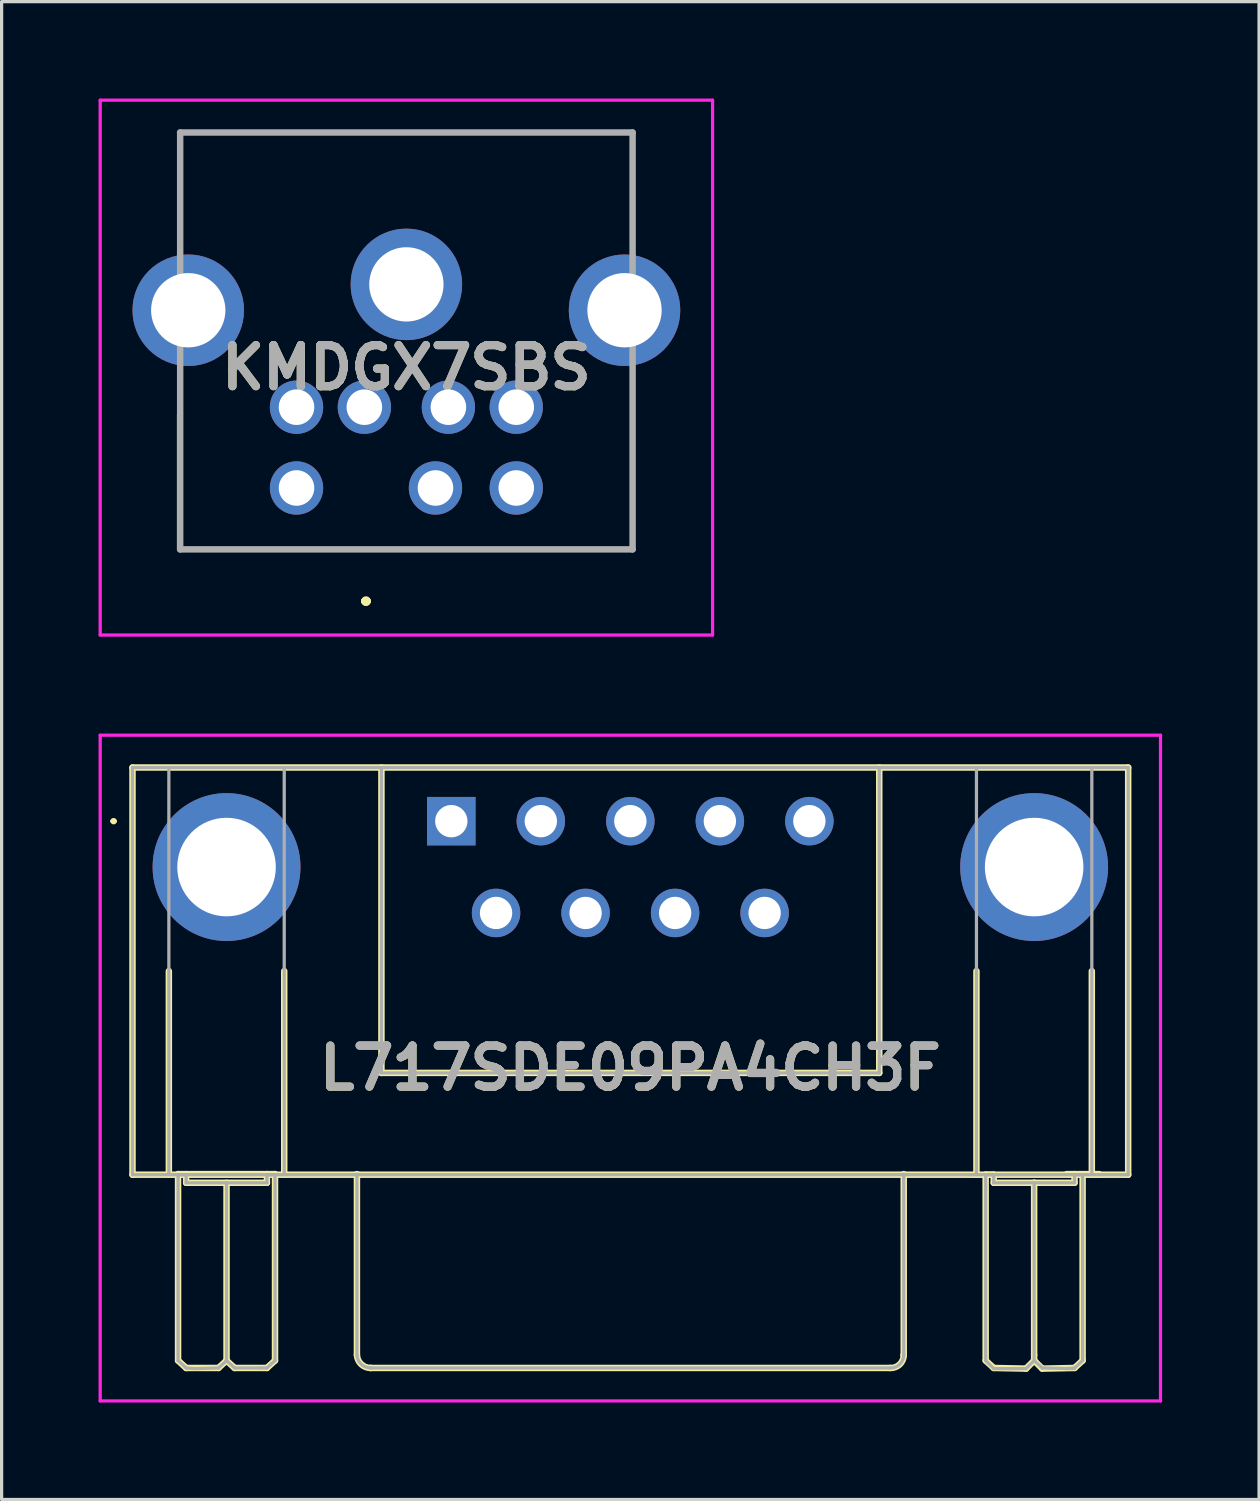
<source format=kicad_pcb>
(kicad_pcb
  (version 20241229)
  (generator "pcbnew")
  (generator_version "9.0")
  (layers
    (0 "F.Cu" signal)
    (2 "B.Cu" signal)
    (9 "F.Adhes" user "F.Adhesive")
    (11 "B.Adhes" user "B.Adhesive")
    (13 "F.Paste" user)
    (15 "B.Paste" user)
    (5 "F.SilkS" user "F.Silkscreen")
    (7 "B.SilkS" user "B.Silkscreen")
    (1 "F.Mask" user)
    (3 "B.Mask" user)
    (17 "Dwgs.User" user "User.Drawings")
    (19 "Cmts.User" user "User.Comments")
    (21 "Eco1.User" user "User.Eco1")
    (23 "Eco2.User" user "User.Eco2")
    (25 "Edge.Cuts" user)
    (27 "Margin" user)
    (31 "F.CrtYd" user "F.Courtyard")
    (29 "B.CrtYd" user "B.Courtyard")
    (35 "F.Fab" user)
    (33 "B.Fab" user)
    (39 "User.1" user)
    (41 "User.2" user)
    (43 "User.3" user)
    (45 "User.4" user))
  (footprint "L717SDE09PA4CH3F"
    (layer "F.Cu")
    (at 10.915 22.36)
    (property "Reference" "L717SDE09PA4CH3F" (at 5.54 7.64 0) (layer "F.SilkS") (effects (font (size 1.27 1.27) (thickness 0.254))))
    (attr through_hole)
    (fp_line (start -10.5 0) (end -10.5 0) (stroke (width 0.1) (type solid)) (layer "F.SilkS"))
    (fp_line (start -10.4 0) (end -10.4 0) (stroke (width 0.1) (type solid)) (layer "F.SilkS"))
    (fp_line (start -9.865 -1.66) (end 20.945 -1.66) (stroke (width 0.2) (type solid)) (layer "F.SilkS"))
    (fp_line (start -9.865 10.94) (end -9.865 -1.66) (stroke (width 0.2) (type solid)) (layer "F.SilkS"))
    (fp_line (start -8.74 4.64) (end -8.74 10.92) (stroke (width 0.2) (type solid)) (layer "F.SilkS"))
    (fp_line (start -8.455 10.92) (end -8.455 16.69) (stroke (width 0.2) (type solid)) (layer "F.SilkS"))
    (fp_line (start -8.455 10.92) (end -5.455 10.92) (stroke (width 0.2) (type solid)) (layer "F.SilkS"))
    (fp_line (start -8.455 16.69) (end -8.205 16.92) (stroke (width 0.2) (type solid)) (layer "F.SilkS"))
    (fp_line (start -8.205 11.19) (end -8.205 10.92) (stroke (width 0.2) (type solid)) (layer "F.SilkS"))
    (fp_line (start -8.205 16.92) (end -7.205 16.92) (stroke (width 0.2) (type solid)) (layer "F.SilkS"))
    (fp_line (start -7.205 16.92) (end -6.955 16.69) (stroke (width 0.2) (type solid)) (layer "F.SilkS"))
    (fp_line (start -6.955 11.19) (end -6.955 16.69) (stroke (width 0.2) (type solid)) (layer "F.SilkS"))
    (fp_line (start -6.955 16.69) (end -6.705 16.92) (stroke (width 0.2) (type solid)) (layer "F.SilkS"))
    (fp_line (start -6.705 16.92) (end -5.705 16.92) (stroke (width 0.2) (type solid)) (layer "F.SilkS"))
    (fp_line (start -5.705 10.92) (end -5.705 11.19) (stroke (width 0.2) (type solid)) (layer "F.SilkS"))
    (fp_line (start -5.705 11.19) (end -8.205 11.19) (stroke (width 0.2) (type solid)) (layer "F.SilkS"))
    (fp_line (start -5.705 16.92) (end -5.455 16.69) (stroke (width 0.2) (type solid)) (layer "F.SilkS"))
    (fp_line (start -5.455 16.69) (end -5.455 10.92) (stroke (width 0.2) (type solid)) (layer "F.SilkS"))
    (fp_line (start -5.17 4.64) (end -5.17 10.92) (stroke (width 0.2) (type solid)) (layer "F.SilkS"))
    (fp_line (start -2.92 16.52) (end -2.92 10.92) (stroke (width 0.2) (type solid)) (layer "F.SilkS"))
    (fp_line (start -2.497 16.92) (end -2.497 16.92) (stroke (width 0.2) (type solid)) (layer "F.SilkS"))
    (fp_line (start -2.162 -1.66) (end -2.162 7.79) (stroke (width 0.2) (type solid)) (layer "F.SilkS"))
    (fp_line (start -2.162 7.79) (end 13.242 7.79) (stroke (width 0.2) (type solid)) (layer "F.SilkS"))
    (fp_line (start 13.242 7.79) (end 13.242 -1.66) (stroke (width 0.2) (type solid)) (layer "F.SilkS"))
    (fp_line (start 13.577 16.92) (end -2.497 16.92) (stroke (width 0.2) (type solid)) (layer "F.SilkS"))
    (fp_line (start 14 10.92) (end 14 16.52) (stroke (width 0.2) (type solid)) (layer "F.SilkS"))
    (fp_line (start 14 16.52) (end 14 16.52) (stroke (width 0.2) (type solid)) (layer "F.SilkS"))
    (fp_line (start 16.25 4.64) (end 16.25 10.94) (stroke (width 0.2) (type solid)) (layer "F.SilkS"))
    (fp_line (start 16.535 10.94) (end 16.535 16.69) (stroke (width 0.2) (type solid)) (layer "F.SilkS"))
    (fp_line (start 16.535 16.69) (end 16.785 16.92) (stroke (width 0.2) (type solid)) (layer "F.SilkS"))
    (fp_line (start 16.785 10.94) (end 16.535 10.94) (stroke (width 0.2) (type solid)) (layer "F.SilkS"))
    (fp_line (start 16.785 11.19) (end 16.785 10.94) (stroke (width 0.2) (type solid)) (layer "F.SilkS"))
    (fp_line (start 16.785 16.92) (end 17.785 16.94) (stroke (width 0.2) (type solid)) (layer "F.SilkS"))
    (fp_line (start 17.785 16.94) (end 18.035 16.69) (stroke (width 0.2) (type solid)) (layer "F.SilkS"))
    (fp_line (start 18.035 11.19) (end 16.785 11.19) (stroke (width 0.2) (type solid)) (layer "F.SilkS"))
    (fp_line (start 18.035 11.19) (end 18.035 16.52) (stroke (width 0.2) (type solid)) (layer "F.SilkS"))
    (fp_line (start 18.035 16.52) (end 18.035 16.69) (stroke (width 0.2) (type solid)) (layer "F.SilkS"))
    (fp_line (start 18.035 16.69) (end 18.285 16.94) (stroke (width 0.2) (type solid)) (layer "F.SilkS"))
    (fp_line (start 18.285 16.94) (end 19.285 16.92) (stroke (width 0.2) (type solid)) (layer "F.SilkS"))
    (fp_line (start 19.045 10.92) (end 20.045 10.92) (stroke (width 0.2) (type solid)) (layer "F.SilkS"))
    (fp_line (start 19.285 10.92) (end 19.285 11.19) (stroke (width 0.2) (type solid)) (layer "F.SilkS"))
    (fp_line (start 19.285 11.19) (end 18.035 11.19) (stroke (width 0.2) (type solid)) (layer "F.SilkS"))
    (fp_line (start 19.285 16.92) (end 19.535 16.69) (stroke (width 0.2) (type solid)) (layer "F.SilkS"))
    (fp_line (start 19.535 16.69) (end 19.535 10.94) (stroke (width 0.2) (type solid)) (layer "F.SilkS"))
    (fp_line (start 19.82 4.64) (end 19.82 10.92) (stroke (width 0.2) (type solid)) (layer "F.SilkS"))
    (fp_line (start 20.945 -1.66) (end 20.945 10.94) (stroke (width 0.2) (type solid)) (layer "F.SilkS"))
    (fp_line (start 20.945 10.94) (end -9.865 10.94) (stroke (width 0.2) (type solid)) (layer "F.SilkS"))
    (fp_arc (start -10.5 0) (mid -10.45 -0.05) (end -10.4 0) (stroke (width 0.1) (type solid)) (layer "F.SilkS"))
    (fp_arc (start -10.4 0) (mid -10.45 0.05) (end -10.5 0) (stroke (width 0.1) (type solid)) (layer "F.SilkS"))
    (fp_arc (start -2.497 16.92) (mid -2.787982 16.804204) (end -2.91984 16.52014) (stroke (width 0.2) (type solid)) (layer "F.SilkS"))
    (fp_arc (start 14 16.52) (mid 13.874678 16.810993) (end 13.577143 16.919876) (stroke (width 0.2) (type solid)) (layer "F.SilkS"))
    (fp_line (start -10.865 -2.66) (end 21.945 -2.66) (stroke (width 0.1) (type solid)) (layer "F.CrtYd"))
    (fp_line (start -10.865 17.94) (end -10.865 -2.66) (stroke (width 0.1) (type solid)) (layer "F.CrtYd"))
    (fp_line (start 21.945 -2.66) (end 21.945 17.94) (stroke (width 0.1) (type solid)) (layer "F.CrtYd"))
    (fp_line (start 21.945 17.94) (end -10.865 17.94) (stroke (width 0.1) (type solid)) (layer "F.CrtYd"))
    (fp_line (start -9.865 -1.66) (end 20.945 -1.66) (stroke (width 0.1) (type solid)) (layer "F.Fab"))
    (fp_line (start -9.865 10.94) (end -9.865 -1.66) (stroke (width 0.1) (type solid)) (layer "F.Fab"))
    (fp_line (start -8.74 -1.66) (end -8.74 10.92) (stroke (width 0.1) (type solid)) (layer "F.Fab"))
    (fp_line (start -8.455 10.94) (end -8.455 16.69) (stroke (width 0.1) (type solid)) (layer "F.Fab"))
    (fp_line (start -8.455 16.69) (end -8.205 16.92) (stroke (width 0.1) (type solid)) (layer "F.Fab"))
    (fp_line (start -8.205 10.94) (end -8.455 10.94) (stroke (width 0.1) (type solid)) (layer "F.Fab"))
    (fp_line (start -8.205 11.19) (end -8.205 10.94) (stroke (width 0.1) (type solid)) (layer "F.Fab"))
    (fp_line (start -8.205 16.92) (end -7.955 16.94) (stroke (width 0.1) (type solid)) (layer "F.Fab"))
    (fp_line (start -7.955 16.94) (end -7.205 16.92) (stroke (width 0.1) (type solid)) (layer "F.Fab"))
    (fp_line (start -7.205 16.92) (end -6.955 16.69) (stroke (width 0.1) (type solid)) (layer "F.Fab"))
    (fp_line (start -6.955 11.19) (end -8.205 11.19) (stroke (width 0.1) (type solid)) (layer "F.Fab"))
    (fp_line (start -6.955 11.19) (end -5.705 11.19) (stroke (width 0.1) (type solid)) (layer "F.Fab"))
    (fp_line (start -6.955 16.69) (end -6.955 11.19) (stroke (width 0.1) (type solid)) (layer "F.Fab"))
    (fp_line (start -6.705 16.92) (end -6.955 16.69) (stroke (width 0.1) (type solid)) (layer "F.Fab"))
    (fp_line (start -5.955 16.92) (end -6.705 16.92) (stroke (width 0.1) (type solid)) (layer "F.Fab"))
    (fp_line (start -5.705 10.94) (end -5.455 10.94) (stroke (width 0.1) (type solid)) (layer "F.Fab"))
    (fp_line (start -5.705 11.19) (end -5.705 10.94) (stroke (width 0.1) (type solid)) (layer "F.Fab"))
    (fp_line (start -5.705 16.92) (end -5.955 16.92) (stroke (width 0.1) (type solid)) (layer "F.Fab"))
    (fp_line (start -5.455 10.94) (end -5.455 16.69) (stroke (width 0.1) (type solid)) (layer "F.Fab"))
    (fp_line (start -5.455 16.69) (end -5.705 16.92) (stroke (width 0.1) (type solid)) (layer "F.Fab"))
    (fp_line (start -5.17 -1.66) (end -5.17 10.92) (stroke (width 0.1) (type solid)) (layer "F.Fab"))
    (fp_line (start -2.92 16.52) (end -2.92 10.92) (stroke (width 0.1) (type solid)) (layer "F.Fab"))
    (fp_line (start -2.497 16.92) (end -2.497 16.92) (stroke (width 0.1) (type solid)) (layer "F.Fab"))
    (fp_line (start -2.162 -1.66) (end -2.162 4.64) (stroke (width 0.1) (type solid)) (layer "F.Fab"))
    (fp_line (start -2.162 4.64) (end -2.162 7.79) (stroke (width 0.1) (type solid)) (layer "F.Fab"))
    (fp_line (start -2.162 7.79) (end 13.242 7.79) (stroke (width 0.1) (type solid)) (layer "F.Fab"))
    (fp_line (start 13.242 7.79) (end 13.242 -1.66) (stroke (width 0.1) (type solid)) (layer "F.Fab"))
    (fp_line (start 13.577 16.92) (end -2.497 16.92) (stroke (width 0.1) (type solid)) (layer "F.Fab"))
    (fp_line (start 14 10.92) (end 14 16.52) (stroke (width 0.1) (type solid)) (layer "F.Fab"))
    (fp_line (start 14 16.52) (end 14 16.52) (stroke (width 0.1) (type solid)) (layer "F.Fab"))
    (fp_line (start 16.25 -1.66) (end 16.25 10.94) (stroke (width 0.1) (type solid)) (layer "F.Fab"))
    (fp_line (start 16.535 10.94) (end 16.535 16.69) (stroke (width 0.1) (type solid)) (layer "F.Fab"))
    (fp_line (start 16.535 16.69) (end 16.785 16.94) (stroke (width 0.1) (type solid)) (layer "F.Fab"))
    (fp_line (start 16.785 10.94) (end 16.535 10.94) (stroke (width 0.1) (type solid)) (layer "F.Fab"))
    (fp_line (start 16.785 11.19) (end 16.785 10.94) (stroke (width 0.1) (type solid)) (layer "F.Fab"))
    (fp_line (start 16.785 11.19) (end 19.285 11.19) (stroke (width 0.1) (type solid)) (layer "F.Fab"))
    (fp_line (start 16.785 16.94) (end 17.035 16.94) (stroke (width 0.1) (type solid)) (layer "F.Fab"))
    (fp_line (start 17.035 16.94) (end 17.285 16.94) (stroke (width 0.1) (type solid)) (layer "F.Fab"))
    (fp_line (start 17.285 16.94) (end 17.785 16.94) (stroke (width 0.1) (type solid)) (layer "F.Fab"))
    (fp_line (start 17.785 16.94) (end 18.035 16.69) (stroke (width 0.1) (type solid)) (layer "F.Fab"))
    (fp_line (start 18.035 16.69) (end 18.035 11.19) (stroke (width 0.1) (type solid)) (layer "F.Fab"))
    (fp_line (start 18.285 16.92) (end 18.035 16.69) (stroke (width 0.1) (type solid)) (layer "F.Fab"))
    (fp_line (start 19.285 10.94) (end 19.535 10.94) (stroke (width 0.1) (type solid)) (layer "F.Fab"))
    (fp_line (start 19.285 11.19) (end 19.285 10.94) (stroke (width 0.1) (type solid)) (layer "F.Fab"))
    (fp_line (start 19.285 16.92) (end 19.035 16.94) (stroke (width 0.1) (type solid)) (layer "F.Fab"))
    (fp_line (start 19.285 16.94) (end 18.285 16.92) (stroke (width 0.1) (type solid)) (layer "F.Fab"))
    (fp_line (start 19.535 10.94) (end 19.535 16.69) (stroke (width 0.1) (type solid)) (layer "F.Fab"))
    (fp_line (start 19.535 16.69) (end 19.285 16.92) (stroke (width 0.1) (type solid)) (layer "F.Fab"))
    (fp_line (start 19.82 10.92) (end 19.82 -1.66) (stroke (width 0.1) (type solid)) (layer "F.Fab"))
    (fp_line (start 20.945 -1.66) (end 20.945 10.94) (stroke (width 0.1) (type solid)) (layer "F.Fab"))
    (fp_line (start 20.945 10.94) (end -9.865 10.94) (stroke (width 0.1) (type solid)) (layer "F.Fab"))
    (fp_arc (start -2.497 16.92) (mid -2.787982 16.804204) (end -2.91984 16.52014) (stroke (width 0.1) (type solid)) (layer "F.Fab"))
    (fp_arc (start 14 16.52) (mid 13.874678 16.810993) (end 13.577143 16.919876) (stroke (width 0.1) (type solid)) (layer "F.Fab"))
    (fp_text user "${REFERENCE}" (at 5.54 7.64 0) (layer "F.Fab") (effects (font (size 1.27 1.27) (thickness 0.254))))
    (pad "1" thru_hole rect (at 0 0) (size 1.5 1.5) (drill 1) (layers "*.Cu" "*.Mask"))
    (pad "2" thru_hole circle (at 2.77 0) (size 1.5 1.5) (drill 1) (layers "*.Cu" "*.Mask"))
    (pad "3" thru_hole circle (at 5.54 0) (size 1.5 1.5) (drill 1) (layers "*.Cu" "*.Mask"))
    (pad "4" thru_hole circle (at 8.31 0) (size 1.5 1.5) (drill 1) (layers "*.Cu" "*.Mask"))
    (pad "5" thru_hole circle (at 11.08 0) (size 1.5 1.5) (drill 1) (layers "*.Cu" "*.Mask"))
    (pad "6" thru_hole circle (at 1.385 2.84) (size 1.5 1.5) (drill 1) (layers "*.Cu" "*.Mask"))
    (pad "7" thru_hole circle (at 4.155 2.84) (size 1.5 1.5) (drill 1) (layers "*.Cu" "*.Mask"))
    (pad "8" thru_hole circle (at 6.925 2.84) (size 1.5 1.5) (drill 1) (layers "*.Cu" "*.Mask"))
    (pad "9" thru_hole circle (at 9.695 2.84) (size 1.5 1.5) (drill 1) (layers "*.Cu" "*.Mask"))
    (pad "MH1" thru_hole circle (at -6.955 1.42) (size 4.575 4.575) (drill 3.05) (layers "*.Cu" "*.Mask"))
    (pad "MH2" thru_hole circle (at 18.035 1.42) (size 4.575 4.575) (drill 3.05) (layers "*.Cu" "*.Mask")))
  (footprint "KMDGX7SBS"
    (layer "F.Cu")
    (at 8.225 9.55)
    (property "Reference" "KMDGX7SBS" (at 1.3 -1.225 0) (layer "F.SilkS") (effects (font (size 1.27 1.27) (thickness 0.254))))
    (attr through_hole)
    (fp_line (start -5.75 -8.5) (end -5.75 -8.5) (stroke (width 0.1) (type solid)) (layer "F.SilkS"))
    (fp_line (start -5.75 -8.5) (end 8.25 -8.5) (stroke (width 0.1) (type solid)) (layer "F.SilkS"))
    (fp_line (start -5.75 0.25) (end -5.7 0.25) (stroke (width 0.1) (type solid)) (layer "F.SilkS"))
    (fp_line (start -5.75 4.4) (end -5.75 0.25) (stroke (width 0.1) (type solid)) (layer "F.SilkS"))
    (fp_line (start -5.7 -8.5) (end -5.7 -8.5) (stroke (width 0.1) (type solid)) (layer "F.SilkS"))
    (fp_line (start -5.7 -8.5) (end -5.7 -5.75) (stroke (width 0.1) (type solid)) (layer "F.SilkS"))
    (fp_line (start -5.7 -5.75) (end -5.7 -8.5) (stroke (width 0.1) (type solid)) (layer "F.SilkS"))
    (fp_line (start -5.7 -5.75) (end -5.7 -5.75) (stroke (width 0.1) (type solid)) (layer "F.SilkS"))
    (fp_line (start -5.7 0.25) (end -5.7 4.4) (stroke (width 0.1) (type solid)) (layer "F.SilkS"))
    (fp_line (start -5.7 4.4) (end -5.75 4.4) (stroke (width 0.1) (type solid)) (layer "F.SilkS"))
    (fp_line (start -5.7 4.4) (end -5.7 4.4) (stroke (width 0.1) (type solid)) (layer "F.SilkS"))
    (fp_line (start -5.7 4.4) (end 8.3 4.4) (stroke (width 0.1) (type solid)) (layer "F.SilkS"))
    (fp_line (start 0 6) (end 0 6) (stroke (width 0.2) (type solid)) (layer "F.SilkS"))
    (fp_line (start 0 6) (end 0 6) (stroke (width 0.2) (type solid)) (layer "F.SilkS"))
    (fp_line (start 0.1 6) (end 0.1 6) (stroke (width 0.2) (type solid)) (layer "F.SilkS"))
    (fp_line (start 8.25 -8.5) (end -5.75 -8.5) (stroke (width 0.1) (type solid)) (layer "F.SilkS"))
    (fp_line (start 8.25 -8.5) (end 8.25 -8.5) (stroke (width 0.1) (type solid)) (layer "F.SilkS"))
    (fp_line (start 8.3 -8.5) (end 8.3 -8.5) (stroke (width 0.1) (type solid)) (layer "F.SilkS"))
    (fp_line (start 8.3 -8.5) (end 8.3 -5.5) (stroke (width 0.1) (type solid)) (layer "F.SilkS"))
    (fp_line (start 8.3 -5.5) (end 8.3 -8.5) (stroke (width 0.1) (type solid)) (layer "F.SilkS"))
    (fp_line (start 8.3 -5.5) (end 8.3 -5.5) (stroke (width 0.1) (type solid)) (layer "F.SilkS"))
    (fp_line (start 8.3 0) (end 8.3 0) (stroke (width 0.1) (type solid)) (layer "F.SilkS"))
    (fp_line (start 8.3 0) (end 8.3 4.4) (stroke (width 0.1) (type solid)) (layer "F.SilkS"))
    (fp_line (start 8.3 4.4) (end -5.7 4.4) (stroke (width 0.1) (type solid)) (layer "F.SilkS"))
    (fp_line (start 8.3 4.4) (end 8.3 0) (stroke (width 0.1) (type solid)) (layer "F.SilkS"))
    (fp_line (start 8.3 4.4) (end 8.3 4.4) (stroke (width 0.1) (type solid)) (layer "F.SilkS"))
    (fp_line (start 8.3 4.4) (end 8.3 4.4) (stroke (width 0.1) (type solid)) (layer "F.SilkS"))
    (fp_arc (start 0 6) (mid 0.05 5.95) (end 0.1 6) (stroke (width 0.2) (type solid)) (layer "F.SilkS"))
    (fp_arc (start 0.1 6) (mid 0.05 6.05) (end 0 6) (stroke (width 0.2) (type solid)) (layer "F.SilkS"))
    (fp_arc (start 0.1 6) (mid 0.05 6.05) (end 0 6) (stroke (width 0.2) (type solid)) (layer "F.SilkS"))
    (fp_line (start -8.175 -9.5) (end 10.775 -9.5) (stroke (width 0.1) (type solid)) (layer "F.CrtYd"))
    (fp_line (start -8.175 7.05) (end -8.175 -9.5) (stroke (width 0.1) (type solid)) (layer "F.CrtYd"))
    (fp_line (start 10.775 -9.5) (end 10.775 7.05) (stroke (width 0.1) (type solid)) (layer "F.CrtYd"))
    (fp_line (start 10.775 7.05) (end -8.175 7.05) (stroke (width 0.1) (type solid)) (layer "F.CrtYd"))
    (fp_line (start -5.7 -8.5) (end -5.7 4.4) (stroke (width 0.2) (type solid)) (layer "F.Fab"))
    (fp_line (start -5.7 4.4) (end 8.3 4.4) (stroke (width 0.2) (type solid)) (layer "F.Fab"))
    (fp_line (start 8.3 -8.5) (end -5.7 -8.5) (stroke (width 0.2) (type solid)) (layer "F.Fab"))
    (fp_line (start 8.3 4.4) (end 8.3 -8.5) (stroke (width 0.2) (type solid)) (layer "F.Fab"))
    (fp_text user "${REFERENCE}" (at 1.3 -1.225 0) (layer "F.Fab") (effects (font (size 1.27 1.27) (thickness 0.254))))
    (pad "1" thru_hole circle (at 0 0) (size 1.65 1.65) (drill 1.1) (layers "*.Cu" "*.Mask"))
    (pad "2" thru_hole circle (at 2.6 0) (size 1.65 1.65) (drill 1.1) (layers "*.Cu" "*.Mask"))
    (pad "3" thru_hole circle (at -2.1 0) (size 1.65 1.65) (drill 1.1) (layers "*.Cu" "*.Mask"))
    (pad "5" thru_hole circle (at 4.7 0) (size 1.65 1.65) (drill 1.1) (layers "*.Cu" "*.Mask"))
    (pad "6" thru_hole circle (at -2.1 2.5) (size 1.65 1.65) (drill 1.1) (layers "*.Cu" "*.Mask"))
    (pad "7" thru_hole circle (at 2.2 2.5) (size 1.65 1.65) (drill 1.1) (layers "*.Cu" "*.Mask"))
    (pad "8" thru_hole circle (at 4.7 2.5) (size 1.65 1.65) (drill 1.1) (layers "*.Cu" "*.Mask"))
    (pad "MH1" thru_hole circle (at 1.3 -3.8) (size 3.45 3.45) (drill 2.3) (layers "*.Cu" "*.Mask"))
    (pad "MH2" thru_hole circle (at 8.05 -3) (size 3.45 3.45) (drill 2.3) (layers "*.Cu" "*.Mask"))
    (pad "MH3" thru_hole circle (at -5.45 -3) (size 3.45 3.45) (drill 2.3) (layers "*.Cu" "*.Mask")))
  (gr_rect
    (start -3 -3)
    (end 35.91 43.35)
    (stroke (width 0.1) (type default))
    (fill no)
    (layer "Edge.Cuts")))
</source>
